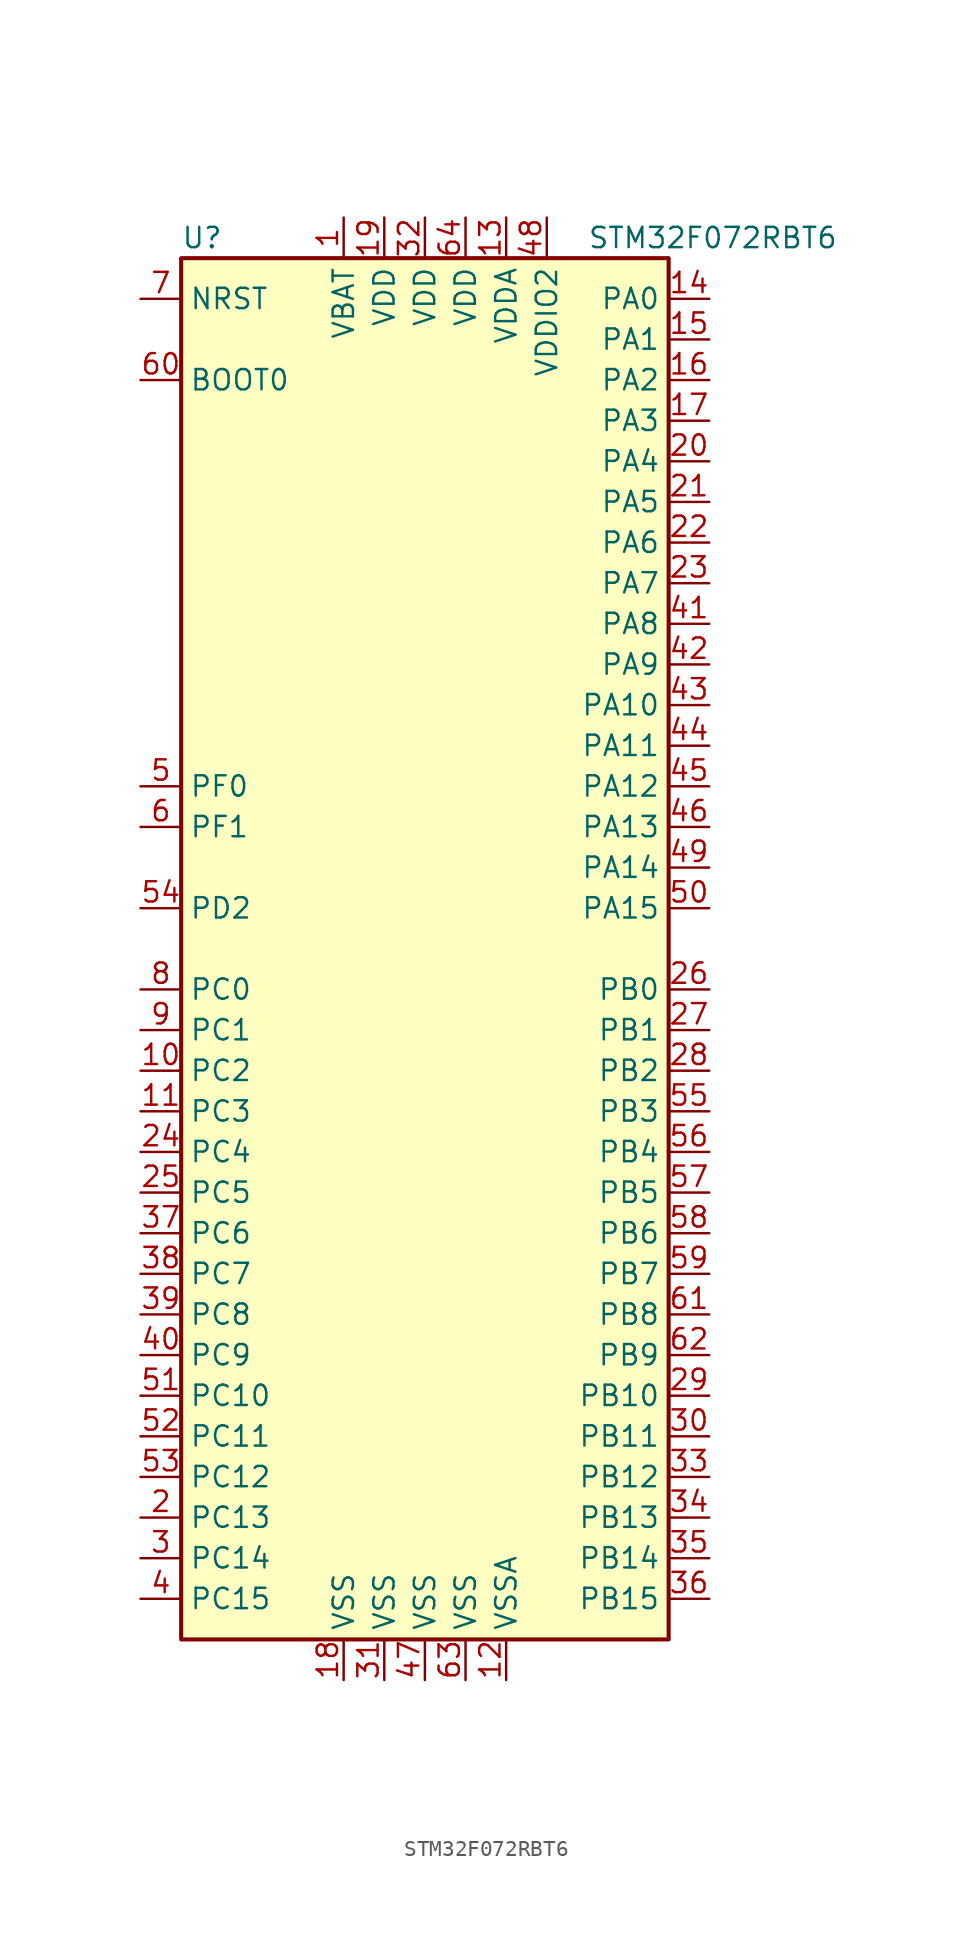
<source format=kicad_sym>
(kicad_symbol_lib
  (version 20220914)
  (generator kicad_symbol_editor)
  (symbol "STM32F072RBT6"
    (property "Reference" "U"
      (at -15.24 44.45 0)
      (effects (font (size 1.27 1.27)) (justify left)))
    (property "Value" "STM32F072RBT6"
      (at 10.16 44.45 0)
      (effects (font (size 1.27 1.27)) (justify left)))
    (symbol "STM32F072RBT6_0_1"
      (rectangle (start -15.24 -43.18) (end 15.24 43.18) (stroke (width 0.254) (type default)) (fill (type background))))
    (symbol "STM32F072RBT6_1_1"
      (pin power_in line (at -5.08 45.72 270) (length 2.54) (name "VBAT" (effects (font (size 1.27 1.27)))) (number "1" (effects (font (size 1.27 1.27)))))
      (pin bidirectional line (at -17.78 -7.62 0) (length 2.54) (name "PC2" (effects (font (size 1.27 1.27)))) (number "10" (effects (font (size 1.27 1.27)))))
      (pin bidirectional line (at -17.78 -10.16 0) (length 2.54) (name "PC3" (effects (font (size 1.27 1.27)))) (number "11" (effects (font (size 1.27 1.27)))))
      (pin power_in line (at 5.08 -45.72 90) (length 2.54) (name "VSSA" (effects (font (size 1.27 1.27)))) (number "12" (effects (font (size 1.27 1.27)))))
      (pin power_in line (at 5.08 45.72 270) (length 2.54) (name "VDDA" (effects (font (size 1.27 1.27)))) (number "13" (effects (font (size 1.27 1.27)))))
      (pin bidirectional line (at 17.78 40.64 180) (length 2.54) (name "PA0" (effects (font (size 1.27 1.27)))) (number "14" (effects (font (size 1.27 1.27)))))
      (pin bidirectional line (at 17.78 38.1 180) (length 2.54) (name "PA1" (effects (font (size 1.27 1.27)))) (number "15" (effects (font (size 1.27 1.27)))))
      (pin bidirectional line (at 17.78 35.56 180) (length 2.54) (name "PA2" (effects (font (size 1.27 1.27)))) (number "16" (effects (font (size 1.27 1.27)))))
      (pin bidirectional line (at 17.78 33.02 180) (length 2.54) (name "PA3" (effects (font (size 1.27 1.27)))) (number "17" (effects (font (size 1.27 1.27)))))
      (pin power_in line (at -5.08 -45.72 90) (length 2.54) (name "VSS" (effects (font (size 1.27 1.27)))) (number "18" (effects (font (size 1.27 1.27)))))
      (pin power_in line (at -2.54 45.72 270) (length 2.54) (name "VDD" (effects (font (size 1.27 1.27)))) (number "19" (effects (font (size 1.27 1.27)))))
      (pin bidirectional line (at -17.78 -35.56 0) (length 2.54) (name "PC13" (effects (font (size 1.27 1.27)))) (number "2" (effects (font (size 1.27 1.27)))))
      (pin bidirectional line (at 17.78 30.48 180) (length 2.54) (name "PA4" (effects (font (size 1.27 1.27)))) (number "20" (effects (font (size 1.27 1.27)))))
      (pin bidirectional line (at 17.78 27.94 180) (length 2.54) (name "PA5" (effects (font (size 1.27 1.27)))) (number "21" (effects (font (size 1.27 1.27)))))
      (pin bidirectional line (at 17.78 25.4 180) (length 2.54) (name "PA6" (effects (font (size 1.27 1.27)))) (number "22" (effects (font (size 1.27 1.27)))))
      (pin bidirectional line (at 17.78 22.86 180) (length 2.54) (name "PA7" (effects (font (size 1.27 1.27)))) (number "23" (effects (font (size 1.27 1.27)))))
      (pin bidirectional line (at -17.78 -12.7 0) (length 2.54) (name "PC4" (effects (font (size 1.27 1.27)))) (number "24" (effects (font (size 1.27 1.27)))))
      (pin bidirectional line (at -17.78 -15.24 0) (length 2.54) (name "PC5" (effects (font (size 1.27 1.27)))) (number "25" (effects (font (size 1.27 1.27)))))
      (pin bidirectional line (at 17.78 -2.54 180) (length 2.54) (name "PB0" (effects (font (size 1.27 1.27)))) (number "26" (effects (font (size 1.27 1.27)))))
      (pin bidirectional line (at 17.78 -5.08 180) (length 2.54) (name "PB1" (effects (font (size 1.27 1.27)))) (number "27" (effects (font (size 1.27 1.27)))))
      (pin bidirectional line (at 17.78 -7.62 180) (length 2.54) (name "PB2" (effects (font (size 1.27 1.27)))) (number "28" (effects (font (size 1.27 1.27)))))
      (pin bidirectional line (at 17.78 -27.94 180) (length 2.54) (name "PB10" (effects (font (size 1.27 1.27)))) (number "29" (effects (font (size 1.27 1.27)))))
      (pin bidirectional line (at -17.78 -38.1 0) (length 2.54) (name "PC14" (effects (font (size 1.27 1.27)))) (number "3" (effects (font (size 1.27 1.27)))))
      (pin bidirectional line (at 17.78 -30.48 180) (length 2.54) (name "PB11" (effects (font (size 1.27 1.27)))) (number "30" (effects (font (size 1.27 1.27)))))
      (pin power_in line (at -2.54 -45.72 90) (length 2.54) (name "VSS" (effects (font (size 1.27 1.27)))) (number "31" (effects (font (size 1.27 1.27)))))
      (pin power_in line (at 0 45.72 270) (length 2.54) (name "VDD" (effects (font (size 1.27 1.27)))) (number "32" (effects (font (size 1.27 1.27)))))
      (pin bidirectional line (at 17.78 -33.02 180) (length 2.54) (name "PB12" (effects (font (size 1.27 1.27)))) (number "33" (effects (font (size 1.27 1.27)))))
      (pin bidirectional line (at 17.78 -35.56 180) (length 2.54) (name "PB13" (effects (font (size 1.27 1.27)))) (number "34" (effects (font (size 1.27 1.27)))))
      (pin bidirectional line (at 17.78 -38.1 180) (length 2.54) (name "PB14" (effects (font (size 1.27 1.27)))) (number "35" (effects (font (size 1.27 1.27)))))
      (pin bidirectional line (at 17.78 -40.64 180) (length 2.54) (name "PB15" (effects (font (size 1.27 1.27)))) (number "36" (effects (font (size 1.27 1.27)))))
      (pin bidirectional line (at -17.78 -17.78 0) (length 2.54) (name "PC6" (effects (font (size 1.27 1.27)))) (number "37" (effects (font (size 1.27 1.27)))))
      (pin bidirectional line (at -17.78 -20.32 0) (length 2.54) (name "PC7" (effects (font (size 1.27 1.27)))) (number "38" (effects (font (size 1.27 1.27)))))
      (pin bidirectional line (at -17.78 -22.86 0) (length 2.54) (name "PC8" (effects (font (size 1.27 1.27)))) (number "39" (effects (font (size 1.27 1.27)))))
      (pin bidirectional line (at -17.78 -40.64 0) (length 2.54) (name "PC15" (effects (font (size 1.27 1.27)))) (number "4" (effects (font (size 1.27 1.27)))))
      (pin bidirectional line (at -17.78 -25.4 0) (length 2.54) (name "PC9" (effects (font (size 1.27 1.27)))) (number "40" (effects (font (size 1.27 1.27)))))
      (pin bidirectional line (at 17.78 20.32 180) (length 2.54) (name "PA8" (effects (font (size 1.27 1.27)))) (number "41" (effects (font (size 1.27 1.27)))))
      (pin bidirectional line (at 17.78 17.78 180) (length 2.54) (name "PA9" (effects (font (size 1.27 1.27)))) (number "42" (effects (font (size 1.27 1.27)))))
      (pin bidirectional line (at 17.78 15.24 180) (length 2.54) (name "PA10" (effects (font (size 1.27 1.27)))) (number "43" (effects (font (size 1.27 1.27)))))
      (pin bidirectional line (at 17.78 12.7 180) (length 2.54) (name "PA11" (effects (font (size 1.27 1.27)))) (number "44" (effects (font (size 1.27 1.27)))))
      (pin bidirectional line (at 17.78 10.16 180) (length 2.54) (name "PA12" (effects (font (size 1.27 1.27)))) (number "45" (effects (font (size 1.27 1.27)))))
      (pin bidirectional line (at 17.78 7.62 180) (length 2.54) (name "PA13" (effects (font (size 1.27 1.27)))) (number "46" (effects (font (size 1.27 1.27)))))
      (pin power_in line (at 0 -45.72 90) (length 2.54) (name "VSS" (effects (font (size 1.27 1.27)))) (number "47" (effects (font (size 1.27 1.27)))))
      (pin power_in line (at 7.62 45.72 270) (length 2.54) (name "VDDIO2" (effects (font (size 1.27 1.27)))) (number "48" (effects (font (size 1.27 1.27)))))
      (pin bidirectional line (at 17.78 5.08 180) (length 2.54) (name "PA14" (effects (font (size 1.27 1.27)))) (number "49" (effects (font (size 1.27 1.27)))))
      (pin input line (at -17.78 10.16 0) (length 2.54) (name "PF0" (effects (font (size 1.27 1.27)))) (number "5" (effects (font (size 1.27 1.27)))))
      (pin bidirectional line (at 17.78 2.54 180) (length 2.54) (name "PA15" (effects (font (size 1.27 1.27)))) (number "50" (effects (font (size 1.27 1.27)))))
      (pin bidirectional line (at -17.78 -27.94 0) (length 2.54) (name "PC10" (effects (font (size 1.27 1.27)))) (number "51" (effects (font (size 1.27 1.27)))))
      (pin bidirectional line (at -17.78 -30.48 0) (length 2.54) (name "PC11" (effects (font (size 1.27 1.27)))) (number "52" (effects (font (size 1.27 1.27)))))
      (pin bidirectional line (at -17.78 -33.02 0) (length 2.54) (name "PC12" (effects (font (size 1.27 1.27)))) (number "53" (effects (font (size 1.27 1.27)))))
      (pin bidirectional line (at -17.78 2.54 0) (length 2.54) (name "PD2" (effects (font (size 1.27 1.27)))) (number "54" (effects (font (size 1.27 1.27)))))
      (pin bidirectional line (at 17.78 -10.16 180) (length 2.54) (name "PB3" (effects (font (size 1.27 1.27)))) (number "55" (effects (font (size 1.27 1.27)))))
      (pin bidirectional line (at 17.78 -12.7 180) (length 2.54) (name "PB4" (effects (font (size 1.27 1.27)))) (number "56" (effects (font (size 1.27 1.27)))))
      (pin bidirectional line (at 17.78 -15.24 180) (length 2.54) (name "PB5" (effects (font (size 1.27 1.27)))) (number "57" (effects (font (size 1.27 1.27)))))
      (pin bidirectional line (at 17.78 -17.78 180) (length 2.54) (name "PB6" (effects (font (size 1.27 1.27)))) (number "58" (effects (font (size 1.27 1.27)))))
      (pin bidirectional line (at 17.78 -20.32 180) (length 2.54) (name "PB7" (effects (font (size 1.27 1.27)))) (number "59" (effects (font (size 1.27 1.27)))))
      (pin input line (at -17.78 7.62 0) (length 2.54) (name "PF1" (effects (font (size 1.27 1.27)))) (number "6" (effects (font (size 1.27 1.27)))))
      (pin input line (at -17.78 35.56 0) (length 2.54) (name "BOOT0" (effects (font (size 1.27 1.27)))) (number "60" (effects (font (size 1.27 1.27)))))
      (pin bidirectional line (at 17.78 -22.86 180) (length 2.54) (name "PB8" (effects (font (size 1.27 1.27)))) (number "61" (effects (font (size 1.27 1.27)))))
      (pin bidirectional line (at 17.78 -25.4 180) (length 2.54) (name "PB9" (effects (font (size 1.27 1.27)))) (number "62" (effects (font (size 1.27 1.27)))))
      (pin power_in line (at 2.54 -45.72 90) (length 2.54) (name "VSS" (effects (font (size 1.27 1.27)))) (number "63" (effects (font (size 1.27 1.27)))))
      (pin power_in line (at 2.54 45.72 270) (length 2.54) (name "VDD" (effects (font (size 1.27 1.27)))) (number "64" (effects (font (size 1.27 1.27)))))
      (pin input line (at -17.78 40.64 0) (length 2.54) (name "NRST" (effects (font (size 1.27 1.27)))) (number "7" (effects (font (size 1.27 1.27)))))
      (pin bidirectional line (at -17.78 -2.54 0) (length 2.54) (name "PC0" (effects (font (size 1.27 1.27)))) (number "8" (effects (font (size 1.27 1.27)))))
      (pin bidirectional line (at -17.78 -5.08 0) (length 2.54) (name "PC1" (effects (font (size 1.27 1.27)))) (number "9" (effects (font (size 1.27 1.27))))))))
</source>
